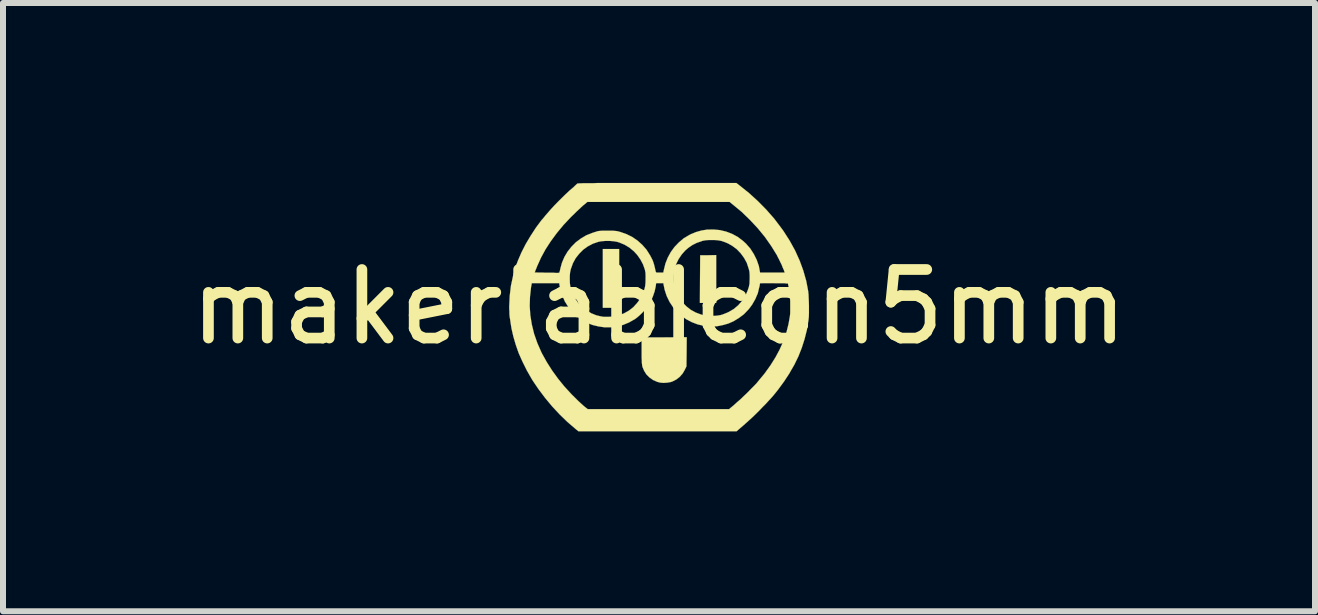
<source format=kicad_pcb>
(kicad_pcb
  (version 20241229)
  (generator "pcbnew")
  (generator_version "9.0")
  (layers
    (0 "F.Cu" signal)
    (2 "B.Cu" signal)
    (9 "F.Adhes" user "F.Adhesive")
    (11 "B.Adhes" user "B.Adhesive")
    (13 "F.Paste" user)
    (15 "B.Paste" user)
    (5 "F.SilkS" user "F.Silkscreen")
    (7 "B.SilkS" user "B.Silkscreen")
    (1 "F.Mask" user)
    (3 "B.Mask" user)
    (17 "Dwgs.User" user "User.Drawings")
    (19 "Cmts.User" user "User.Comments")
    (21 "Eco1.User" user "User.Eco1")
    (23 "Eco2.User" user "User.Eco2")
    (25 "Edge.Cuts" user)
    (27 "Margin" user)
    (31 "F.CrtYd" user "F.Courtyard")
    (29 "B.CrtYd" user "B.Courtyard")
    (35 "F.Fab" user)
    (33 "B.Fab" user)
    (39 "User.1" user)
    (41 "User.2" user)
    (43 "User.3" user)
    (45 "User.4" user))
  (footprint "makerlabIcon5mm"
    (layer "F.Cu")
    (at 7.936 2.066)
    (property "Reference" "makerlabIcon5mm" (at 0 0 0) (layer "F.SilkS") (effects (font (size 1.143 1.143) (thickness 0.178))))
    (attr through_hole)
    (fp_poly (pts (xy -0.665 0.015) (xy -0.803 0.015) (xy -0.937 0.015) (xy -0.937 -0.475) (xy -0.937 -0.965) (xy -0.803 -0.965) (xy -0.665 -0.965) (xy -0.665 -0.475) (xy -0.665 0.015)) (stroke (width 0.003) (type solid)) (fill yes) (layer "F.SilkS"))
    (fp_poly (pts (xy 0.953 -0.066) (xy 0.815 -0.066) (xy 0.681 -0.066) (xy 0.683 -0.462) (xy 0.686 -0.861) (xy 0.818 -0.861) (xy 0.953 -0.864) (xy 0.953 -0.465) (xy 0.953 -0.066)) (stroke (width 0.003) (type solid)) (fill yes) (layer "F.SilkS"))
    (fp_poly (pts (xy 0.462 0.505) (xy 0.46 0.749) (xy 0.457 0.991) (xy 0.429 1.049) (xy 0.394 1.11) (xy 0.345 1.166) (xy 0.29 1.209) (xy 0.226 1.242) (xy 0.198 1.252) (xy 0.14 1.262) (xy 0.079 1.267) (xy 0.02 1.262) (xy -0.028 1.25) (xy -0.099 1.219) (xy -0.16 1.176) (xy -0.211 1.125) (xy -0.249 1.064) (xy -0.277 0.998) (xy -0.279 0.986) (xy -0.282 0.968) (xy -0.284 0.95) (xy -0.287 0.925) (xy -0.287 0.894) (xy -0.29 0.853) (xy -0.29 0.803) (xy -0.29 0.739) (xy -0.29 0.732) (xy -0.29 0.508) (xy 0.086 0.508) (xy 0.462 0.505)) (stroke (width 0.003) (type solid)) (fill yes) (layer "F.SilkS"))
    (fp_poly (pts (xy 2.499 0.041) (xy 2.499 0.104) (xy 2.497 0.163) (xy 2.492 0.211) (xy 2.489 0.231) (xy 2.464 0.386) (xy 2.426 0.536) (xy 2.38 0.681) (xy 2.324 0.823) (xy 2.256 0.963) (xy 2.187 1.082) (xy 2.187 0.043) (xy 2.187 -0.025) (xy 2.187 -0.094) (xy 2.182 -0.163) (xy 2.177 -0.226) (xy 2.172 -0.279) (xy 2.167 -0.3) (xy 2.162 -0.333) (xy 2.154 -0.361) (xy 2.151 -0.381) (xy 2.149 -0.389) (xy 2.141 -0.391) (xy 2.121 -0.391) (xy 2.095 -0.394) (xy 2.095 -0.572) (xy 2.09 -0.587) (xy 2.08 -0.617) (xy 2.062 -0.655) (xy 2.045 -0.701) (xy 2.022 -0.747) (xy 1.999 -0.795) (xy 1.976 -0.838) (xy 1.966 -0.861) (xy 1.872 -1.013) (xy 1.765 -1.166) (xy 1.646 -1.311) (xy 1.516 -1.45) (xy 1.377 -1.585) (xy 1.245 -1.694) (xy 1.176 -1.75) (xy -0.01 -1.75) (xy -1.194 -1.75) (xy -1.27 -1.687) (xy -1.298 -1.661) (xy -1.333 -1.628) (xy -1.374 -1.59) (xy -1.415 -1.549) (xy -1.455 -1.511) (xy -1.458 -1.509) (xy -1.587 -1.372) (xy -1.702 -1.234) (xy -1.803 -1.097) (xy -1.892 -0.96) (xy -1.968 -0.82) (xy -2.032 -0.678) (xy -2.037 -0.665) (xy -2.05 -0.632) (xy -2.062 -0.605) (xy -2.068 -0.584) (xy -2.073 -0.577) (xy -2.073 -0.574) (xy -2.065 -0.574) (xy -2.045 -0.574) (xy -2.017 -0.572) (xy -1.979 -0.572) (xy -1.935 -0.572) (xy -1.89 -0.569) (xy -1.841 -0.569) (xy -1.796 -0.569) (xy -1.755 -0.569) (xy -1.717 -0.566) (xy -1.689 -0.566) (xy -1.669 -0.569) (xy -1.666 -0.569) (xy -1.661 -0.574) (xy -1.656 -0.592) (xy -1.648 -0.62) (xy -1.646 -0.635) (xy -1.618 -0.737) (xy -1.577 -0.833) (xy -1.524 -0.922) (xy -1.46 -1.003) (xy -1.387 -1.077) (xy -1.303 -1.14) (xy -1.212 -1.194) (xy -1.11 -1.234) (xy -1.054 -1.252) (xy -1.029 -1.26) (xy -1.006 -1.265) (xy -0.98 -1.267) (xy -0.95 -1.27) (xy -0.914 -1.27) (xy -0.864 -1.27) (xy -0.856 -1.27) (xy -0.808 -1.27) (xy -0.77 -1.27) (xy -0.739 -1.267) (xy -0.716 -1.265) (xy -0.693 -1.262) (xy -0.668 -1.255) (xy -0.648 -1.25) (xy -0.544 -1.214) (xy -0.447 -1.166) (xy -0.358 -1.105) (xy -0.279 -1.034) (xy -0.208 -0.953) (xy -0.15 -0.861) (xy -0.13 -0.823) (xy -0.109 -0.782) (xy -0.094 -0.742) (xy -0.081 -0.699) (xy -0.069 -0.65) (xy -0.056 -0.589) (xy -0.053 -0.587) (xy -0.051 -0.579) (xy -0.046 -0.574) (xy -0.033 -0.572) (xy -0.013 -0.572) (xy 0.01 -0.572) (xy 0.071 -0.572) (xy 0.081 -0.62) (xy 0.107 -0.724) (xy 0.145 -0.82) (xy 0.196 -0.914) (xy 0.257 -0.998) (xy 0.33 -1.074) (xy 0.411 -1.143) (xy 0.5 -1.196) (xy 0.523 -1.209) (xy 0.615 -1.247) (xy 0.706 -1.273) (xy 0.8 -1.288) (xy 0.909 -1.29) (xy 1.016 -1.28) (xy 1.12 -1.255) (xy 1.219 -1.217) (xy 1.313 -1.166) (xy 1.4 -1.1) (xy 1.45 -1.054) (xy 1.521 -0.973) (xy 1.58 -0.881) (xy 1.628 -0.785) (xy 1.664 -0.681) (xy 1.679 -0.599) (xy 1.684 -0.572) (xy 1.89 -0.572) (xy 2.095 -0.572) (xy 2.095 -0.394) (xy 2.09 -0.394) (xy 2.052 -0.394) (xy 2.007 -0.394) (xy 1.958 -0.394) (xy 1.908 -0.396) (xy 1.857 -0.396) (xy 1.811 -0.396) (xy 1.768 -0.396) (xy 1.732 -0.396) (xy 1.704 -0.394) (xy 1.687 -0.394) (xy 1.684 -0.394) (xy 1.681 -0.384) (xy 1.679 -0.366) (xy 1.674 -0.34) (xy 1.671 -0.33) (xy 1.646 -0.226) (xy 1.605 -0.13) (xy 1.552 -0.038) (xy 1.511 0.018) (xy 1.511 -0.465) (xy 1.511 -0.48) (xy 1.511 -0.526) (xy 1.509 -0.564) (xy 1.506 -0.594) (xy 1.499 -0.622) (xy 1.494 -0.64) (xy 1.463 -0.734) (xy 1.417 -0.818) (xy 1.361 -0.894) (xy 1.295 -0.963) (xy 1.219 -1.019) (xy 1.148 -1.059) (xy 1.092 -1.082) (xy 1.039 -1.1) (xy 0.986 -1.11) (xy 0.927 -1.115) (xy 0.874 -1.115) (xy 0.831 -1.115) (xy 0.798 -1.113) (xy 0.77 -1.11) (xy 0.744 -1.105) (xy 0.719 -1.1) (xy 0.709 -1.095) (xy 0.627 -1.067) (xy 0.556 -1.031) (xy 0.49 -0.986) (xy 0.439 -0.942) (xy 0.378 -0.874) (xy 0.325 -0.795) (xy 0.284 -0.711) (xy 0.259 -0.63) (xy 0.251 -0.584) (xy 0.246 -0.531) (xy 0.244 -0.472) (xy 0.246 -0.417) (xy 0.254 -0.363) (xy 0.259 -0.333) (xy 0.292 -0.239) (xy 0.335 -0.155) (xy 0.391 -0.076) (xy 0.455 -0.01) (xy 0.528 0.048) (xy 0.612 0.094) (xy 0.701 0.127) (xy 0.747 0.14) (xy 0.798 0.147) (xy 0.856 0.15) (xy 0.917 0.15) (xy 0.975 0.145) (xy 1.026 0.137) (xy 1.031 0.135) (xy 1.059 0.127) (xy 1.092 0.114) (xy 1.13 0.099) (xy 1.163 0.084) (xy 1.245 0.036) (xy 1.318 -0.025) (xy 1.379 -0.094) (xy 1.433 -0.173) (xy 1.473 -0.262) (xy 1.491 -0.312) (xy 1.499 -0.34) (xy 1.504 -0.366) (xy 1.509 -0.394) (xy 1.509 -0.424) (xy 1.511 -0.465) (xy 1.511 0.018) (xy 1.488 0.046) (xy 1.415 0.122) (xy 1.331 0.185) (xy 1.242 0.239) (xy 1.156 0.277) (xy 1.069 0.302) (xy 0.98 0.32) (xy 0.955 0.323) (xy 0.851 0.325) (xy 0.747 0.315) (xy 0.645 0.292) (xy 0.546 0.254) (xy 0.455 0.206) (xy 0.368 0.145) (xy 0.292 0.074) (xy 0.236 0.008) (xy 0.175 -0.084) (xy 0.127 -0.183) (xy 0.094 -0.284) (xy 0.084 -0.333) (xy 0.071 -0.396) (xy 0.01 -0.396) (xy -0.048 -0.396) (xy -0.056 -0.338) (xy -0.074 -0.257) (xy -0.104 -0.17) (xy -0.142 -0.086) (xy -0.183 -0.015) (xy -0.208 0.018) (xy -0.224 0.036) (xy -0.224 -0.457) (xy -0.224 -0.516) (xy -0.226 -0.569) (xy -0.234 -0.612) (xy -0.236 -0.622) (xy -0.267 -0.709) (xy -0.31 -0.79) (xy -0.363 -0.866) (xy -0.419 -0.927) (xy -0.493 -0.988) (xy -0.572 -1.036) (xy -0.658 -1.072) (xy -0.699 -1.085) (xy -0.757 -1.095) (xy -0.823 -1.1) (xy -0.892 -1.1) (xy -0.958 -1.095) (xy -1.011 -1.085) (xy -1.102 -1.054) (xy -1.189 -1.008) (xy -1.265 -0.953) (xy -1.331 -0.886) (xy -1.389 -0.813) (xy -1.435 -0.729) (xy -1.468 -0.638) (xy -1.473 -0.622) (xy -1.483 -0.574) (xy -1.488 -0.516) (xy -1.488 -0.452) (xy -1.486 -0.391) (xy -1.478 -0.335) (xy -1.473 -0.312) (xy -1.44 -0.221) (xy -1.397 -0.137) (xy -1.344 -0.061) (xy -1.28 0.005) (xy -1.206 0.061) (xy -1.128 0.107) (xy -1.041 0.142) (xy -1.036 0.142) (xy -0.996 0.152) (xy -0.96 0.16) (xy -0.925 0.165) (xy -0.884 0.165) (xy -0.836 0.165) (xy -0.787 0.163) (xy -0.749 0.16) (xy -0.716 0.152) (xy -0.681 0.145) (xy -0.678 0.142) (xy -0.587 0.109) (xy -0.505 0.064) (xy -0.429 0.005) (xy -0.366 -0.064) (xy -0.31 -0.14) (xy -0.267 -0.226) (xy -0.241 -0.305) (xy -0.231 -0.348) (xy -0.226 -0.399) (xy -0.224 -0.457) (xy -0.224 0.036) (xy -0.241 0.056) (xy -0.279 0.097) (xy -0.32 0.137) (xy -0.358 0.17) (xy -0.394 0.198) (xy -0.401 0.203) (xy -0.5 0.259) (xy -0.599 0.3) (xy -0.701 0.328) (xy -0.805 0.34) (xy -0.909 0.34) (xy -1.011 0.325) (xy -1.113 0.3) (xy -1.212 0.259) (xy -1.303 0.206) (xy -1.389 0.14) (xy -1.458 0.074) (xy -1.516 -0.005) (xy -1.57 -0.091) (xy -1.61 -0.183) (xy -1.641 -0.277) (xy -1.659 -0.361) (xy -1.664 -0.396) (xy -1.892 -0.396) (xy -2.121 -0.396) (xy -2.134 -0.325) (xy -2.151 -0.17) (xy -2.156 -0.015) (xy -2.146 0.137) (xy -2.121 0.292) (xy -2.083 0.447) (xy -2.029 0.602) (xy -1.961 0.757) (xy -1.948 0.782) (xy -1.872 0.919) (xy -1.783 1.059) (xy -1.684 1.196) (xy -1.577 1.328) (xy -1.46 1.455) (xy -1.339 1.575) (xy -1.252 1.654) (xy -1.189 1.704) (xy -0.01 1.704) (xy 1.168 1.704) (xy 1.255 1.631) (xy 1.303 1.587) (xy 1.359 1.539) (xy 1.417 1.483) (xy 1.476 1.427) (xy 1.532 1.369) (xy 1.585 1.316) (xy 1.631 1.267) (xy 1.651 1.242) (xy 1.76 1.11) (xy 1.857 0.975) (xy 1.941 0.841) (xy 2.009 0.714) (xy 2.073 0.572) (xy 2.123 0.427) (xy 2.159 0.284) (xy 2.182 0.152) (xy 2.187 0.102) (xy 2.187 0.043) (xy 2.187 1.082) (xy 2.177 1.102) (xy 2.085 1.242) (xy 1.981 1.384) (xy 1.905 1.478) (xy 1.872 1.516) (xy 1.829 1.562) (xy 1.781 1.615) (xy 1.725 1.671) (xy 1.669 1.73) (xy 1.61 1.788) (xy 1.552 1.844) (xy 1.496 1.895) (xy 1.445 1.941) (xy 1.402 1.979) (xy 1.293 2.073) (xy -0.025 2.073) (xy -1.344 2.073) (xy -1.394 2.032) (xy -1.527 1.918) (xy -1.656 1.793) (xy -1.781 1.659) (xy -1.9 1.516) (xy -2.012 1.367) (xy -2.113 1.217) (xy -2.202 1.062) (xy -2.278 0.909) (xy -2.339 0.772) (xy -2.388 0.632) (xy -2.428 0.495) (xy -2.459 0.361) (xy -2.474 0.267) (xy -2.479 0.231) (xy -2.484 0.198) (xy -2.489 0.173) (xy -2.489 0.165) (xy -2.492 0.147) (xy -2.494 0.117) (xy -2.494 0.079) (xy -2.497 0.036) (xy -2.497 -0.013) (xy -2.489 -0.183) (xy -2.469 -0.351) (xy -2.433 -0.518) (xy -2.385 -0.683) (xy -2.352 -0.772) (xy -2.294 -0.907) (xy -2.223 -1.046) (xy -2.141 -1.184) (xy -2.052 -1.321) (xy -1.956 -1.45) (xy -1.943 -1.463) (xy -1.882 -1.537) (xy -1.814 -1.615) (xy -1.737 -1.699) (xy -1.656 -1.781) (xy -1.577 -1.859) (xy -1.499 -1.933) (xy -1.458 -1.968) (xy -1.427 -1.994) (xy -1.402 -2.019) (xy -1.382 -2.037) (xy -1.369 -2.05) (xy -1.367 -2.05) (xy -1.367 -2.052) (xy -1.364 -2.055) (xy -1.359 -2.055) (xy -1.354 -2.057) (xy -1.344 -2.057) (xy -1.331 -2.06) (xy -1.316 -2.06) (xy -1.293 -2.06) (xy -1.267 -2.062) (xy -1.234 -2.062) (xy -1.196 -2.062) (xy -1.151 -2.062) (xy -1.095 -2.062) (xy -1.034 -2.065) (xy -0.963 -2.065) (xy -0.881 -2.065) (xy -0.787 -2.065) (xy -0.686 -2.065) (xy -0.572 -2.065) (xy -0.445 -2.065) (xy -0.305 -2.065) (xy -0.152 -2.065) (xy -0.033 -2.065) (xy 1.29 -2.065) (xy 1.349 -2.019) (xy 1.501 -1.897) (xy 1.648 -1.763) (xy 1.788 -1.621) (xy 1.92 -1.471) (xy 2.037 -1.316) (xy 2.073 -1.267) (xy 2.177 -1.105) (xy 2.268 -0.94) (xy 2.344 -0.772) (xy 2.405 -0.605) (xy 2.454 -0.432) (xy 2.487 -0.259) (xy 2.487 -0.251) (xy 2.492 -0.208) (xy 2.494 -0.152) (xy 2.497 -0.091) (xy 2.499 -0.025) (xy 2.499 0.041)) (stroke (width 0.003) (type solid)) (fill yes) (layer "F.SilkS")))
  (gr_rect
    (start -3 -3)
    (end 18.871 7.14)
    (stroke (width 0.1) (type default))
    (fill no)
    (layer "Edge.Cuts")))
</source>
